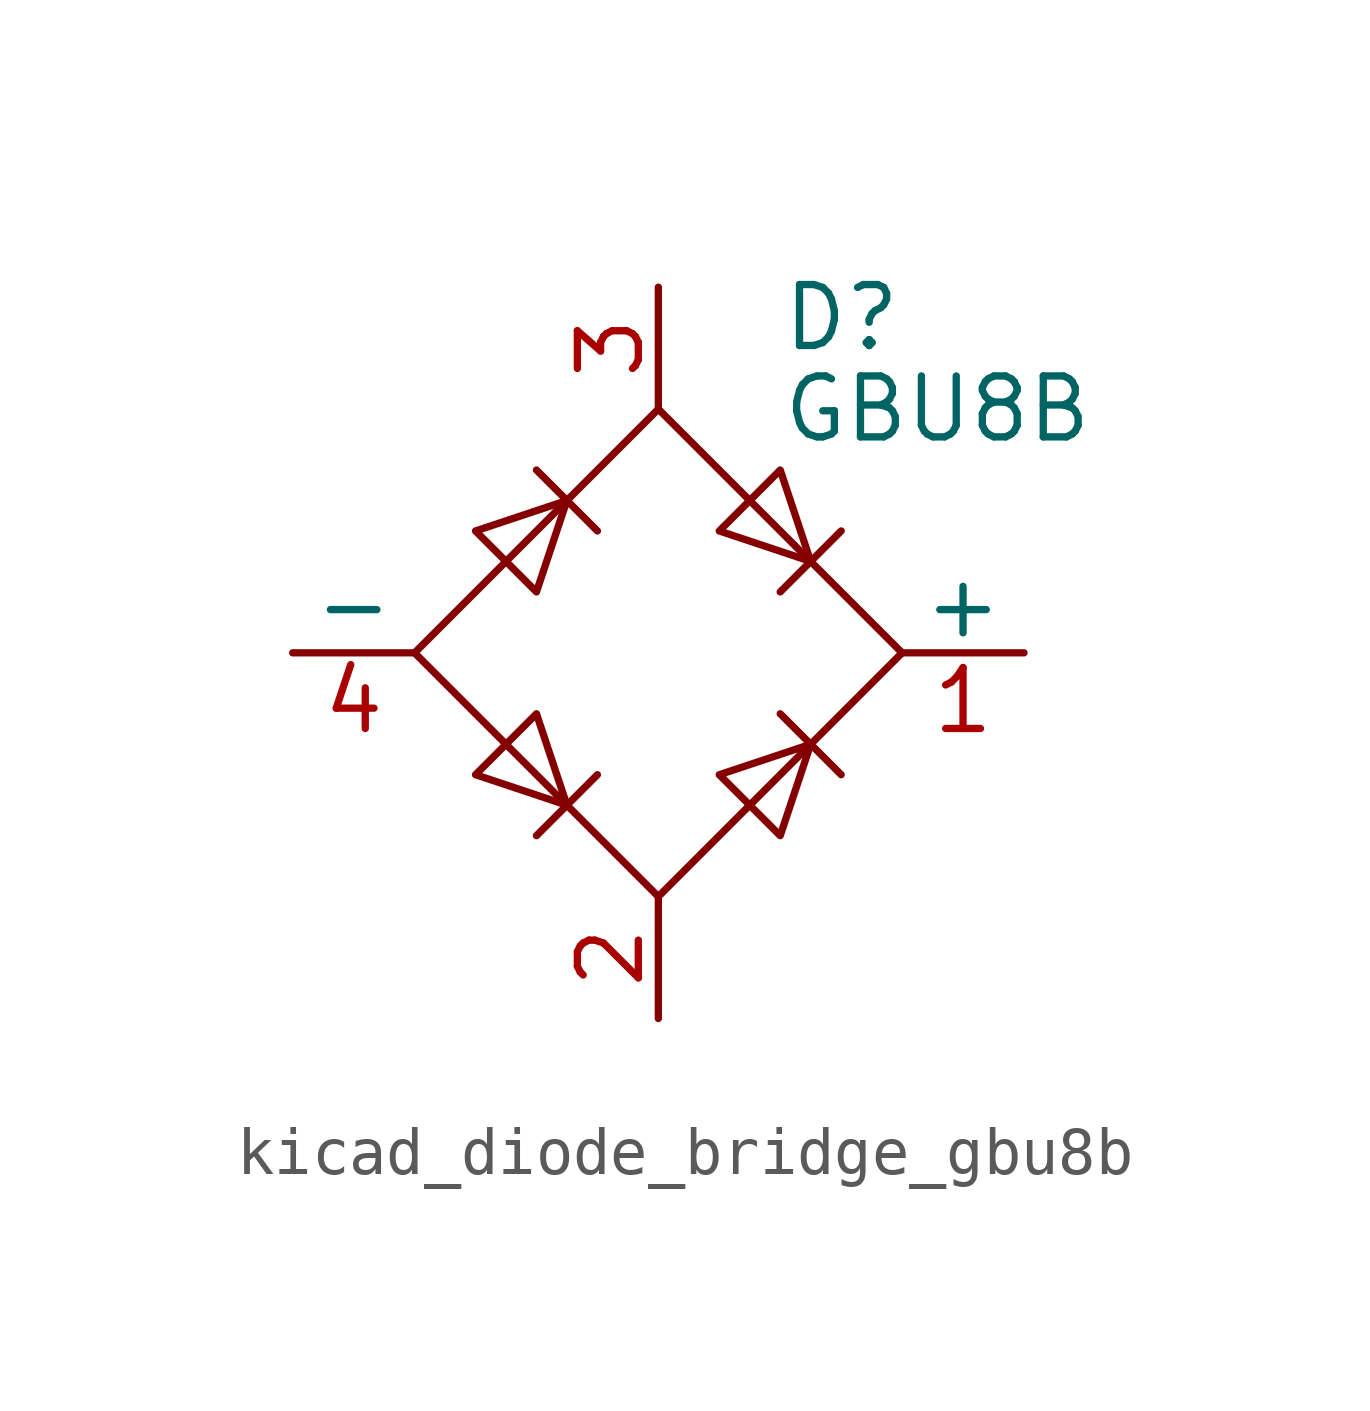
<source format=kicad_sym>
(kicad_symbol_lib
  (version 20220914)
  (generator kicad_symbol_editor)
  (symbol "kicad_diode_bridge_gbu8b"
    (pin_names
      (offset 0))
    (property "Reference" "D"
      (at 2.54 6.985 0)
      (effects (font (size 1.27 1.27)) (justify left)))
    (property "Value" "GBU8B"
      (at 2.54 5.08 0)
      (effects (font (size 1.27 1.27)) (justify left)))
    (symbol "kicad_diode_bridge_gbu8b_0_1"
      (polyline (pts (xy -2.54 3.81) (xy -1.27 2.54)) (stroke (width 0) (type default)) (fill (type none)))
      (polyline (pts (xy -1.27 -2.54) (xy -2.54 -3.81)) (stroke (width 0) (type default)) (fill (type none)))
      (polyline (pts (xy 2.54 -1.27) (xy 3.81 -2.54)) (stroke (width 0) (type default)) (fill (type none)))
      (polyline (pts (xy 2.54 1.27) (xy 3.81 2.54)) (stroke (width 0) (type default)) (fill (type none)))
      (polyline (pts (xy -3.81 2.54) (xy -2.54 1.27) (xy -1.905 3.175) (xy -3.81 2.54)) (stroke (width 0) (type default)) (fill (type none)))
      (polyline (pts (xy -2.54 -1.27) (xy -3.81 -2.54) (xy -1.905 -3.175) (xy -2.54 -1.27)) (stroke (width 0) (type default)) (fill (type none)))
      (polyline (pts (xy 1.27 2.54) (xy 2.54 3.81) (xy 3.175 1.905) (xy 1.27 2.54)) (stroke (width 0) (type default)) (fill (type none)))
      (polyline (pts (xy 3.175 -1.905) (xy 1.27 -2.54) (xy 2.54 -3.81) (xy 3.175 -1.905)) (stroke (width 0) (type default)) (fill (type none)))
      (polyline (pts (xy -5.08 0) (xy 0 -5.08) (xy 5.08 0) (xy 0 5.08) (xy -5.08 0)) (stroke (width 0) (type default)) (fill (type none))))
    (symbol "kicad_diode_bridge_gbu8b_1_1"
      (pin passive line (at 7.62 0 180) (length 2.54) (name "+" (effects (font (size 1.27 1.27)))) (number "1" (effects (font (size 1.27 1.27)))))
      (pin passive line (at 0 -7.62 90) (length 2.54) (name "~" (effects (font (size 1.27 1.27)))) (number "2" (effects (font (size 1.27 1.27)))))
      (pin passive line (at 0 7.62 270) (length 2.54) (name "~" (effects (font (size 1.27 1.27)))) (number "3" (effects (font (size 1.27 1.27)))))
      (pin passive line (at -7.62 0 0) (length 2.54) (name "-" (effects (font (size 1.27 1.27)))) (number "4" (effects (font (size 1.27 1.27))))))))
</source>
